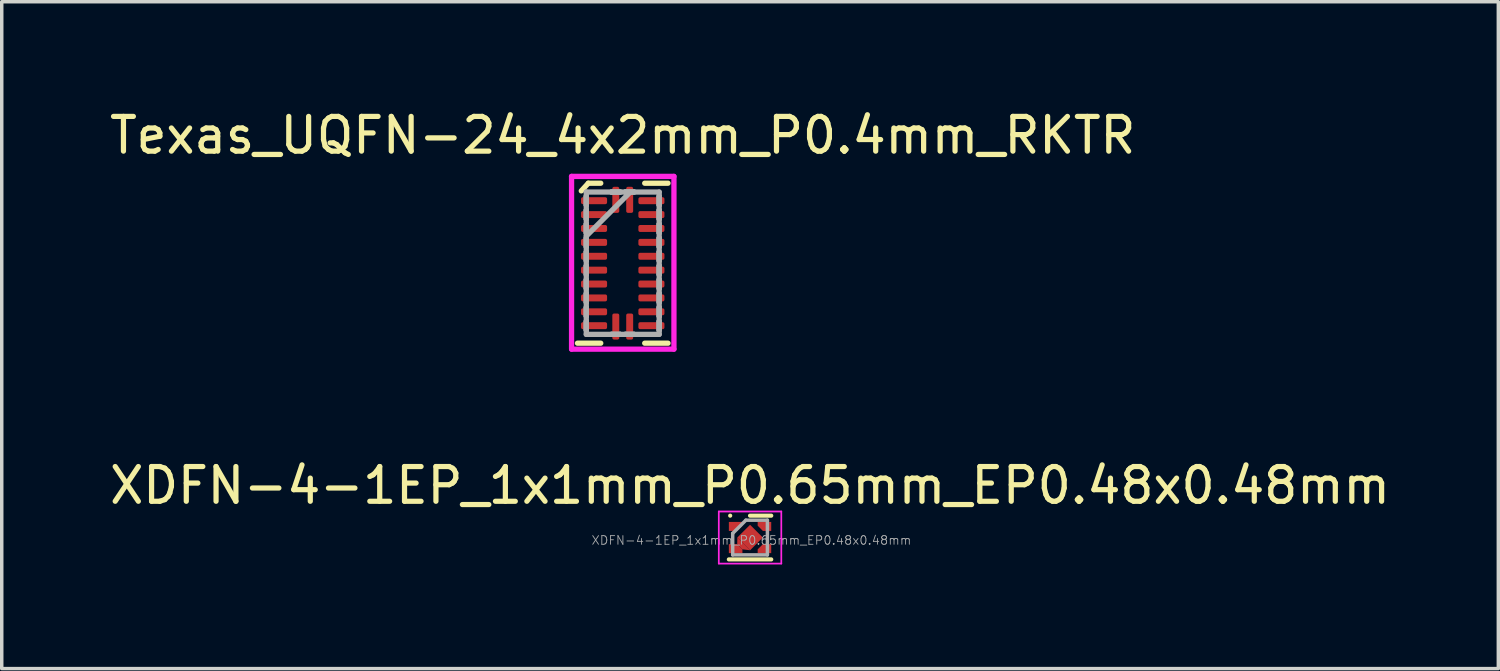
<source format=kicad_pcb>
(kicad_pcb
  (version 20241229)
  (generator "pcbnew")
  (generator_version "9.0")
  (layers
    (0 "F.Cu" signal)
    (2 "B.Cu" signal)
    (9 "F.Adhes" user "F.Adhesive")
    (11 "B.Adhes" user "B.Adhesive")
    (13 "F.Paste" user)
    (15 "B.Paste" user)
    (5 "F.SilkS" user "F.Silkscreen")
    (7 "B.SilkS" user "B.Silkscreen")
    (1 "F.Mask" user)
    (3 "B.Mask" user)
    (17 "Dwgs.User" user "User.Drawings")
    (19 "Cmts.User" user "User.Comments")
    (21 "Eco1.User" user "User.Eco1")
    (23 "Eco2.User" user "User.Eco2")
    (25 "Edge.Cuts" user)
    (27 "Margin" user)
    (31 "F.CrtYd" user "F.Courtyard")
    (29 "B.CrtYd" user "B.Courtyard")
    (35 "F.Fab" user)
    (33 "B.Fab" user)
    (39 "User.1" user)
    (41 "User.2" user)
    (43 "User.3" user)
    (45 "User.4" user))
  (footprint "Texas_UQFN-24_4x2mm_P0.4mm_RKTR"
    (layer "F.Cu")
    (at 14.887 4.531)
    (property "Reference" "Texas_UQFN-24_4x2mm_P0.4mm_RKTR" (at 0 -3.683 0) (layer "F.SilkS") (effects (font (size 1 1) (thickness 0.15))))
    (attr through_hole)
    (fp_line (start -1.304 2.304) (end -0.633 2.304) (stroke (width 0.152) (type solid)) (layer "F.SilkS"))
    (fp_line (start -0.991 -2.304) (end -1.194 -2.083) (stroke (width 0.152) (type solid)) (layer "F.SilkS"))
    (fp_line (start -0.633 -2.304) (end -0.991 -2.304) (stroke (width 0.152) (type solid)) (layer "F.SilkS"))
    (fp_line (start 0.633 2.304) (end 1.304 2.304) (stroke (width 0.152) (type solid)) (layer "F.SilkS"))
    (fp_line (start 1.304 -2.304) (end 0.633 -2.304) (stroke (width 0.152) (type solid)) (layer "F.SilkS"))
    (fp_line (start -1.475 -2.5) (end 1.475 -2.5) (stroke (width 0.152) (type solid)) (layer "F.CrtYd"))
    (fp_line (start -1.474 2.475) (end -1.474 -2.5) (stroke (width 0.152) (type solid)) (layer "F.CrtYd"))
    (fp_line (start 1.473 2.477) (end -1.473 2.477) (stroke (width 0.152) (type solid)) (layer "F.CrtYd"))
    (fp_line (start 1.475 -2.5) (end 1.475 2.475) (stroke (width 0.152) (type solid)) (layer "F.CrtYd"))
    (fp_line (start -1.05 -2.05) (end -1.05 2.05) (stroke (width 0.152) (type solid)) (layer "F.Fab"))
    (fp_line (start -1.05 -1.925) (end -1.05 -1.925) (stroke (width 0.152) (type solid)) (layer "F.Fab"))
    (fp_line (start -1.05 -1.925) (end -1.05 -1.675) (stroke (width 0.152) (type solid)) (layer "F.Fab"))
    (fp_line (start -1.05 -1.675) (end -1.05 -1.925) (stroke (width 0.152) (type solid)) (layer "F.Fab"))
    (fp_line (start -1.05 -1.675) (end -1.05 -1.675) (stroke (width 0.152) (type solid)) (layer "F.Fab"))
    (fp_line (start -1.05 -1.525) (end -1.05 -1.525) (stroke (width 0.152) (type solid)) (layer "F.Fab"))
    (fp_line (start -1.05 -1.525) (end -1.05 -1.275) (stroke (width 0.152) (type solid)) (layer "F.Fab"))
    (fp_line (start -1.05 -1.275) (end -1.05 -1.525) (stroke (width 0.152) (type solid)) (layer "F.Fab"))
    (fp_line (start -1.05 -1.275) (end -1.05 -1.275) (stroke (width 0.152) (type solid)) (layer "F.Fab"))
    (fp_line (start -1.05 -1.125) (end -1.05 -1.125) (stroke (width 0.152) (type solid)) (layer "F.Fab"))
    (fp_line (start -1.05 -1.125) (end -1.05 -0.875) (stroke (width 0.152) (type solid)) (layer "F.Fab"))
    (fp_line (start -1.05 -0.875) (end -1.05 -1.125) (stroke (width 0.152) (type solid)) (layer "F.Fab"))
    (fp_line (start -1.05 -0.875) (end -1.05 -0.875) (stroke (width 0.152) (type solid)) (layer "F.Fab"))
    (fp_line (start -1.05 -0.78) (end 0.22 -2.05) (stroke (width 0.152) (type solid)) (layer "F.Fab"))
    (fp_line (start -1.05 -0.725) (end -1.05 -0.725) (stroke (width 0.152) (type solid)) (layer "F.Fab"))
    (fp_line (start -1.05 -0.725) (end -1.05 -0.475) (stroke (width 0.152) (type solid)) (layer "F.Fab"))
    (fp_line (start -1.05 -0.475) (end -1.05 -0.725) (stroke (width 0.152) (type solid)) (layer "F.Fab"))
    (fp_line (start -1.05 -0.475) (end -1.05 -0.475) (stroke (width 0.152) (type solid)) (layer "F.Fab"))
    (fp_line (start -1.05 -0.325) (end -1.05 -0.325) (stroke (width 0.152) (type solid)) (layer "F.Fab"))
    (fp_line (start -1.05 -0.325) (end -1.05 -0.075) (stroke (width 0.152) (type solid)) (layer "F.Fab"))
    (fp_line (start -1.05 -0.075) (end -1.05 -0.325) (stroke (width 0.152) (type solid)) (layer "F.Fab"))
    (fp_line (start -1.05 -0.075) (end -1.05 -0.075) (stroke (width 0.152) (type solid)) (layer "F.Fab"))
    (fp_line (start -1.05 0.075) (end -1.05 0.075) (stroke (width 0.152) (type solid)) (layer "F.Fab"))
    (fp_line (start -1.05 0.075) (end -1.05 0.325) (stroke (width 0.152) (type solid)) (layer "F.Fab"))
    (fp_line (start -1.05 0.325) (end -1.05 0.075) (stroke (width 0.152) (type solid)) (layer "F.Fab"))
    (fp_line (start -1.05 0.325) (end -1.05 0.325) (stroke (width 0.152) (type solid)) (layer "F.Fab"))
    (fp_line (start -1.05 0.475) (end -1.05 0.475) (stroke (width 0.152) (type solid)) (layer "F.Fab"))
    (fp_line (start -1.05 0.475) (end -1.05 0.725) (stroke (width 0.152) (type solid)) (layer "F.Fab"))
    (fp_line (start -1.05 0.725) (end -1.05 0.475) (stroke (width 0.152) (type solid)) (layer "F.Fab"))
    (fp_line (start -1.05 0.725) (end -1.05 0.725) (stroke (width 0.152) (type solid)) (layer "F.Fab"))
    (fp_line (start -1.05 0.875) (end -1.05 0.875) (stroke (width 0.152) (type solid)) (layer "F.Fab"))
    (fp_line (start -1.05 0.875) (end -1.05 1.125) (stroke (width 0.152) (type solid)) (layer "F.Fab"))
    (fp_line (start -1.05 1.125) (end -1.05 0.875) (stroke (width 0.152) (type solid)) (layer "F.Fab"))
    (fp_line (start -1.05 1.125) (end -1.05 1.125) (stroke (width 0.152) (type solid)) (layer "F.Fab"))
    (fp_line (start -1.05 1.275) (end -1.05 1.275) (stroke (width 0.152) (type solid)) (layer "F.Fab"))
    (fp_line (start -1.05 1.275) (end -1.05 1.525) (stroke (width 0.152) (type solid)) (layer "F.Fab"))
    (fp_line (start -1.05 1.525) (end -1.05 1.275) (stroke (width 0.152) (type solid)) (layer "F.Fab"))
    (fp_line (start -1.05 1.525) (end -1.05 1.525) (stroke (width 0.152) (type solid)) (layer "F.Fab"))
    (fp_line (start -1.05 1.675) (end -1.05 1.675) (stroke (width 0.152) (type solid)) (layer "F.Fab"))
    (fp_line (start -1.05 1.675) (end -1.05 1.925) (stroke (width 0.152) (type solid)) (layer "F.Fab"))
    (fp_line (start -1.05 1.925) (end -1.05 1.675) (stroke (width 0.152) (type solid)) (layer "F.Fab"))
    (fp_line (start -1.05 1.925) (end -1.05 1.925) (stroke (width 0.152) (type solid)) (layer "F.Fab"))
    (fp_line (start -1.05 2.05) (end 1.05 2.05) (stroke (width 0.152) (type solid)) (layer "F.Fab"))
    (fp_line (start -0.325 -2.05) (end -0.325 -2.05) (stroke (width 0.152) (type solid)) (layer "F.Fab"))
    (fp_line (start -0.325 -2.05) (end -0.075 -2.05) (stroke (width 0.152) (type solid)) (layer "F.Fab"))
    (fp_line (start -0.325 2.05) (end -0.325 2.05) (stroke (width 0.152) (type solid)) (layer "F.Fab"))
    (fp_line (start -0.325 2.05) (end -0.075 2.05) (stroke (width 0.152) (type solid)) (layer "F.Fab"))
    (fp_line (start -0.075 -2.05) (end -0.325 -2.05) (stroke (width 0.152) (type solid)) (layer "F.Fab"))
    (fp_line (start -0.075 -2.05) (end -0.075 -2.05) (stroke (width 0.152) (type solid)) (layer "F.Fab"))
    (fp_line (start -0.075 2.05) (end -0.325 2.05) (stroke (width 0.152) (type solid)) (layer "F.Fab"))
    (fp_line (start -0.075 2.05) (end -0.075 2.05) (stroke (width 0.152) (type solid)) (layer "F.Fab"))
    (fp_line (start 0.075 -2.05) (end 0.075 -2.05) (stroke (width 0.152) (type solid)) (layer "F.Fab"))
    (fp_line (start 0.075 -2.05) (end 0.325 -2.05) (stroke (width 0.152) (type solid)) (layer "F.Fab"))
    (fp_line (start 0.075 2.05) (end 0.075 2.05) (stroke (width 0.152) (type solid)) (layer "F.Fab"))
    (fp_line (start 0.075 2.05) (end 0.325 2.05) (stroke (width 0.152) (type solid)) (layer "F.Fab"))
    (fp_line (start 0.325 -2.05) (end 0.075 -2.05) (stroke (width 0.152) (type solid)) (layer "F.Fab"))
    (fp_line (start 0.325 -2.05) (end 0.325 -2.05) (stroke (width 0.152) (type solid)) (layer "F.Fab"))
    (fp_line (start 0.325 2.05) (end 0.075 2.05) (stroke (width 0.152) (type solid)) (layer "F.Fab"))
    (fp_line (start 0.325 2.05) (end 0.325 2.05) (stroke (width 0.152) (type solid)) (layer "F.Fab"))
    (fp_line (start 1.05 -2.05) (end -1.05 -2.05) (stroke (width 0.152) (type solid)) (layer "F.Fab"))
    (fp_line (start 1.05 -1.925) (end 1.05 -1.925) (stroke (width 0.152) (type solid)) (layer "F.Fab"))
    (fp_line (start 1.05 -1.925) (end 1.05 -1.675) (stroke (width 0.152) (type solid)) (layer "F.Fab"))
    (fp_line (start 1.05 -1.675) (end 1.05 -1.925) (stroke (width 0.152) (type solid)) (layer "F.Fab"))
    (fp_line (start 1.05 -1.675) (end 1.05 -1.675) (stroke (width 0.152) (type solid)) (layer "F.Fab"))
    (fp_line (start 1.05 -1.525) (end 1.05 -1.525) (stroke (width 0.152) (type solid)) (layer "F.Fab"))
    (fp_line (start 1.05 -1.525) (end 1.05 -1.275) (stroke (width 0.152) (type solid)) (layer "F.Fab"))
    (fp_line (start 1.05 -1.275) (end 1.05 -1.525) (stroke (width 0.152) (type solid)) (layer "F.Fab"))
    (fp_line (start 1.05 -1.275) (end 1.05 -1.275) (stroke (width 0.152) (type solid)) (layer "F.Fab"))
    (fp_line (start 1.05 -1.125) (end 1.05 -1.125) (stroke (width 0.152) (type solid)) (layer "F.Fab"))
    (fp_line (start 1.05 -1.125) (end 1.05 -0.875) (stroke (width 0.152) (type solid)) (layer "F.Fab"))
    (fp_line (start 1.05 -0.875) (end 1.05 -1.125) (stroke (width 0.152) (type solid)) (layer "F.Fab"))
    (fp_line (start 1.05 -0.875) (end 1.05 -0.875) (stroke (width 0.152) (type solid)) (layer "F.Fab"))
    (fp_line (start 1.05 -0.725) (end 1.05 -0.725) (stroke (width 0.152) (type solid)) (layer "F.Fab"))
    (fp_line (start 1.05 -0.725) (end 1.05 -0.475) (stroke (width 0.152) (type solid)) (layer "F.Fab"))
    (fp_line (start 1.05 -0.475) (end 1.05 -0.725) (stroke (width 0.152) (type solid)) (layer "F.Fab"))
    (fp_line (start 1.05 -0.475) (end 1.05 -0.475) (stroke (width 0.152) (type solid)) (layer "F.Fab"))
    (fp_line (start 1.05 -0.325) (end 1.05 -0.325) (stroke (width 0.152) (type solid)) (layer "F.Fab"))
    (fp_line (start 1.05 -0.325) (end 1.05 -0.075) (stroke (width 0.152) (type solid)) (layer "F.Fab"))
    (fp_line (start 1.05 -0.075) (end 1.05 -0.325) (stroke (width 0.152) (type solid)) (layer "F.Fab"))
    (fp_line (start 1.05 -0.075) (end 1.05 -0.075) (stroke (width 0.152) (type solid)) (layer "F.Fab"))
    (fp_line (start 1.05 0.075) (end 1.05 0.075) (stroke (width 0.152) (type solid)) (layer "F.Fab"))
    (fp_line (start 1.05 0.075) (end 1.05 0.325) (stroke (width 0.152) (type solid)) (layer "F.Fab"))
    (fp_line (start 1.05 0.325) (end 1.05 0.075) (stroke (width 0.152) (type solid)) (layer "F.Fab"))
    (fp_line (start 1.05 0.325) (end 1.05 0.325) (stroke (width 0.152) (type solid)) (layer "F.Fab"))
    (fp_line (start 1.05 0.475) (end 1.05 0.475) (stroke (width 0.152) (type solid)) (layer "F.Fab"))
    (fp_line (start 1.05 0.475) (end 1.05 0.725) (stroke (width 0.152) (type solid)) (layer "F.Fab"))
    (fp_line (start 1.05 0.725) (end 1.05 0.475) (stroke (width 0.152) (type solid)) (layer "F.Fab"))
    (fp_line (start 1.05 0.725) (end 1.05 0.725) (stroke (width 0.152) (type solid)) (layer "F.Fab"))
    (fp_line (start 1.05 0.875) (end 1.05 0.875) (stroke (width 0.152) (type solid)) (layer "F.Fab"))
    (fp_line (start 1.05 0.875) (end 1.05 1.125) (stroke (width 0.152) (type solid)) (layer "F.Fab"))
    (fp_line (start 1.05 1.125) (end 1.05 0.875) (stroke (width 0.152) (type solid)) (layer "F.Fab"))
    (fp_line (start 1.05 1.125) (end 1.05 1.125) (stroke (width 0.152) (type solid)) (layer "F.Fab"))
    (fp_line (start 1.05 1.275) (end 1.05 1.275) (stroke (width 0.152) (type solid)) (layer "F.Fab"))
    (fp_line (start 1.05 1.275) (end 1.05 1.525) (stroke (width 0.152) (type solid)) (layer "F.Fab"))
    (fp_line (start 1.05 1.525) (end 1.05 1.275) (stroke (width 0.152) (type solid)) (layer "F.Fab"))
    (fp_line (start 1.05 1.525) (end 1.05 1.525) (stroke (width 0.152) (type solid)) (layer "F.Fab"))
    (fp_line (start 1.05 1.675) (end 1.05 1.675) (stroke (width 0.152) (type solid)) (layer "F.Fab"))
    (fp_line (start 1.05 1.675) (end 1.05 1.925) (stroke (width 0.152) (type solid)) (layer "F.Fab"))
    (fp_line (start 1.05 1.925) (end 1.05 1.675) (stroke (width 0.152) (type solid)) (layer "F.Fab"))
    (fp_line (start 1.05 1.925) (end 1.05 1.925) (stroke (width 0.152) (type solid)) (layer "F.Fab"))
    (fp_line (start 1.05 2.05) (end 1.05 -2.05) (stroke (width 0.152) (type solid)) (layer "F.Fab"))
    (pad "1" smd roundrect (at -0.826 -1.8 90) (size 0.2 0.75) (layers "F.Cu" "F.Mask" "F.Paste") (roundrect_rratio 0.25))
    (pad "2" smd roundrect (at -0.826 -1.4 90) (size 0.2 0.75) (layers "F.Cu" "F.Mask" "F.Paste") (roundrect_rratio 0.25))
    (pad "3" smd roundrect (at -0.826 -1 90) (size 0.2 0.75) (layers "F.Cu" "F.Mask" "F.Paste") (roundrect_rratio 0.25))
    (pad "4" smd roundrect (at -0.826 -0.6 90) (size 0.2 0.75) (layers "F.Cu" "F.Mask" "F.Paste") (roundrect_rratio 0.25))
    (pad "5" smd roundrect (at -0.826 -0.2 90) (size 0.2 0.75) (layers "F.Cu" "F.Mask" "F.Paste") (roundrect_rratio 0.25))
    (pad "6" smd roundrect (at -0.826 0.2 90) (size 0.2 0.75) (layers "F.Cu" "F.Mask" "F.Paste") (roundrect_rratio 0.25))
    (pad "7" smd roundrect (at -0.826 0.6 90) (size 0.2 0.75) (layers "F.Cu" "F.Mask" "F.Paste") (roundrect_rratio 0.25))
    (pad "8" smd roundrect (at -0.826 1 90) (size 0.2 0.75) (layers "F.Cu" "F.Mask" "F.Paste") (roundrect_rratio 0.25))
    (pad "9" smd roundrect (at -0.826 1.4 90) (size 0.2 0.75) (layers "F.Cu" "F.Mask" "F.Paste") (roundrect_rratio 0.25))
    (pad "10" smd roundrect (at -0.826 1.8 90) (size 0.2 0.75) (layers "F.Cu" "F.Mask" "F.Paste") (roundrect_rratio 0.25))
    (pad "11" smd roundrect (at -0.2 1.825) (size 0.2 0.75) (layers "F.Cu" "F.Mask" "F.Paste") (roundrect_rratio 0.25))
    (pad "12" smd roundrect (at 0.2 1.825) (size 0.2 0.75) (layers "F.Cu" "F.Mask" "F.Paste") (roundrect_rratio 0.25))
    (pad "13" smd roundrect (at 0.826 1.8 90) (size 0.2 0.75) (layers "F.Cu" "F.Mask" "F.Paste") (roundrect_rratio 0.25))
    (pad "14" smd roundrect (at 0.826 1.4 90) (size 0.2 0.75) (layers "F.Cu" "F.Mask" "F.Paste") (roundrect_rratio 0.25))
    (pad "15" smd roundrect (at 0.826 1 90) (size 0.2 0.75) (layers "F.Cu" "F.Mask" "F.Paste") (roundrect_rratio 0.25))
    (pad "16" smd roundrect (at 0.826 0.6 90) (size 0.2 0.75) (layers "F.Cu" "F.Mask" "F.Paste") (roundrect_rratio 0.25))
    (pad "17" smd roundrect (at 0.826 0.2 90) (size 0.2 0.75) (layers "F.Cu" "F.Mask" "F.Paste") (roundrect_rratio 0.25))
    (pad "18" smd roundrect (at 0.826 -0.2 90) (size 0.2 0.75) (layers "F.Cu" "F.Mask" "F.Paste") (roundrect_rratio 0.25))
    (pad "19" smd roundrect (at 0.826 -0.6 90) (size 0.2 0.75) (layers "F.Cu" "F.Mask" "F.Paste") (roundrect_rratio 0.25))
    (pad "20" smd roundrect (at 0.826 -1 90) (size 0.2 0.75) (layers "F.Cu" "F.Mask" "F.Paste") (roundrect_rratio 0.25))
    (pad "21" smd roundrect (at 0.826 -1.4 90) (size 0.2 0.75) (layers "F.Cu" "F.Mask" "F.Paste") (roundrect_rratio 0.25))
    (pad "22" smd roundrect (at 0.826 -1.8 90) (size 0.2 0.75) (layers "F.Cu" "F.Mask" "F.Paste") (roundrect_rratio 0.25))
    (pad "23" smd roundrect (at 0.2 -1.825) (size 0.2 0.75) (layers "F.Cu" "F.Mask" "F.Paste") (roundrect_rratio 0.25))
    (pad "24" smd roundrect (at -0.2 -1.825) (size 0.2 0.75) (layers "F.Cu" "F.Mask" "F.Paste") (roundrect_rratio 0.25)))
  (footprint "XDFN-4-1EP_1x1mm_P0.65mm_EP0.48x0.48mm"
    (layer "F.Cu")
    (at 18.554 12.433)
    (property "Reference" "XDFN-4-1EP_1x1mm_P0.65mm_EP0.48x0.48mm" (at 0 -1.5 0) (layer "F.SilkS") (effects (font (size 1 1) (thickness 0.15))))
    (attr smd)
    (fp_poly (pts (xy 0 0.366) (xy -0.221 0.34) (xy -0.37 0.191) (xy -0.366 0)) (stroke (width 0) (type solid)) (fill yes) (layer "F.Cu"))
    (fp_line (start -0.572 -0.63) (end -0.572 -0.63) (stroke (width 0.12) (type solid)) (layer "F.SilkS"))
    (fp_line (start 0.61 -0.63) (end 0 -0.63) (stroke (width 0.12) (type solid)) (layer "F.SilkS"))
    (fp_line (start 0.61 0.63) (end -0.61 0.63) (stroke (width 0.12) (type solid)) (layer "F.SilkS"))
    (fp_line (start -0.9 -0.75) (end 0.9 -0.75) (stroke (width 0.05) (type solid)) (layer "F.CrtYd"))
    (fp_line (start -0.9 0.75) (end -0.9 -0.75) (stroke (width 0.05) (type solid)) (layer "F.CrtYd"))
    (fp_line (start 0.9 -0.75) (end 0.9 0.75) (stroke (width 0.05) (type solid)) (layer "F.CrtYd"))
    (fp_line (start 0.9 0.75) (end -0.9 0.75) (stroke (width 0.05) (type solid)) (layer "F.CrtYd"))
    (fp_line (start -0.5 0.5) (end -0.5 -0.12) (stroke (width 0.1) (type solid)) (layer "F.Fab"))
    (fp_line (start -0.12 -0.5) (end -0.5 -0.12) (stroke (width 0.1) (type solid)) (layer "F.Fab"))
    (fp_line (start -0.12 -0.5) (end 0.5 -0.5) (stroke (width 0.1) (type solid)) (layer "F.Fab"))
    (fp_line (start 0.5 -0.5) (end 0.5 0.5) (stroke (width 0.1) (type solid)) (layer "F.Fab"))
    (fp_line (start 0.5 0.5) (end -0.5 0.5) (stroke (width 0.1) (type solid)) (layer "F.Fab"))
    (fp_text user "${REFERENCE}" (at 0.04 0.08 0) (layer "F.Fab") (effects (font (size 0.25 0.25) (thickness 0.025))))
    (pad "1" smd custom (at -0.49 -0.32) (size 0.24 0.26) (layers "F.Cu" "F.Mask" "F.Paste") (options (anchor rect)) (primitives (gr_poly (pts (xy 0.12 -0.13) (xy 0.27 -0.13) (xy 0.27 -0.02) (xy 0.12 0.13)) (width 0) (fill yes))))
    (pad "2" smd custom (at -0.49 0.32) (size 0.24 0.26) (layers "F.Cu" "F.Mask" "F.Paste") (options (anchor rect)) (primitives (gr_poly (pts (xy 0.12 0.13) (xy 0.27 0.13) (xy 0.27 0.02) (xy 0.12 -0.13)) (width 0) (fill yes))))
    (pad "3" smd custom (at 0.49 0.32) (size 0.24 0.26) (layers "F.Cu" "F.Mask" "F.Paste") (options (anchor rect)) (primitives (gr_poly (pts (xy -0.12 0.13) (xy -0.27 0.13) (xy -0.27 0.02) (xy -0.12 -0.13)) (width 0) (fill yes))))
    (pad "4" smd custom (at 0.49 -0.32) (size 0.24 0.26) (layers "F.Cu" "F.Mask" "F.Paste") (options (anchor rect)) (primitives (gr_poly (pts (xy -0.12 -0.13) (xy -0.27 -0.13) (xy -0.27 -0.02) (xy -0.12 0.13)) (width 0) (fill yes))))
    (pad "5" smd rect (at 0 0 45) (size 0.52 0.52) (layers "F.Cu" "F.Mask" "F.Paste")))
  (gr_rect
    (start -3 -3)
    (end 40.107 16.208)
    (stroke (width 0.1) (type default))
    (fill no)
    (layer "Edge.Cuts")))
</source>
